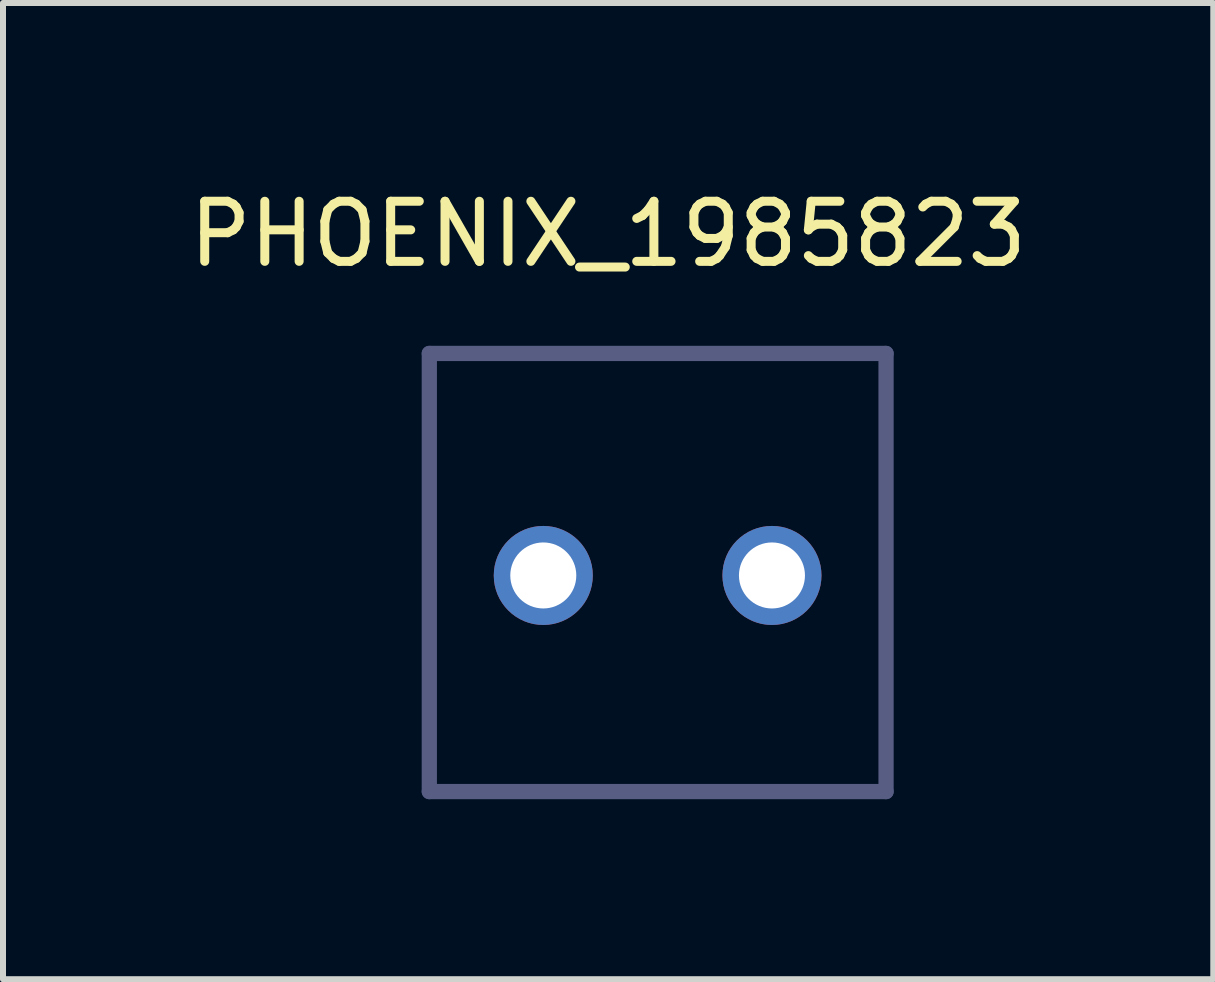
<source format=kicad_pcb>
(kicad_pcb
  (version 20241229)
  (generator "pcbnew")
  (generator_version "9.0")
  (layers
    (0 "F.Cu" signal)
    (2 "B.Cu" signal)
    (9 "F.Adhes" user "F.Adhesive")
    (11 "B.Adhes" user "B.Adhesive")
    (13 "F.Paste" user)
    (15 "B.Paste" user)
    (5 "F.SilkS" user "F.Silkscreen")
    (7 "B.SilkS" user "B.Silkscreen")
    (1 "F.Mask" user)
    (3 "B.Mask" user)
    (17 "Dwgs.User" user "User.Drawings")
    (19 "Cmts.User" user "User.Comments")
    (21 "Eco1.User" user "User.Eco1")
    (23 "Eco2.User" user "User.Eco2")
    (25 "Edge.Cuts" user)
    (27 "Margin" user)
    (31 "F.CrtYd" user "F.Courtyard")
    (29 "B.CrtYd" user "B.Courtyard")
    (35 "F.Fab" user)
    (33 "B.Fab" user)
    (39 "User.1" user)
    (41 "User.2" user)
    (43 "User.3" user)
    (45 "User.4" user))
  (footprint "PHOENIX_1985823"
    (layer "F.Cu")
    (at 7.908 6.488)
    (property "Reference" "PHOENIX_1985823" (at -0.826 -5.639 0) (layer "F.SilkS") (effects (font (size 1.001 1.001) (thickness 0.15))))
    (attr through_hole)
    (fp_line (start -3.805 -3.649) (end -3.805 3.651) (stroke (width 0.254) (type solid)) (layer "B.Fab"))
    (fp_line (start -3.805 3.651) (end 3.805 3.651) (stroke (width 0.254) (type solid)) (layer "B.Fab"))
    (fp_line (start 3.805 -3.649) (end -3.805 -3.649) (stroke (width 0.254) (type solid)) (layer "B.Fab"))
    (fp_line (start 3.805 3.651) (end 3.805 -3.649) (stroke (width 0.254) (type solid)) (layer "B.Fab"))
    (pad "1" thru_hole circle (at -1.906 0.05) (size 1.65 1.65) (drill 1.1) (layers "*.Cu" "*.Mask"))
    (pad "2" thru_hole circle (at 1.904 0.05) (size 1.65 1.65) (drill 1.1) (layers "*.Cu" "*.Mask")))
  (gr_rect
    (start -3 -3)
    (end 17.165 13.265)
    (stroke (width 0.1) (type default))
    (fill no)
    (layer "Edge.Cuts")))
</source>
